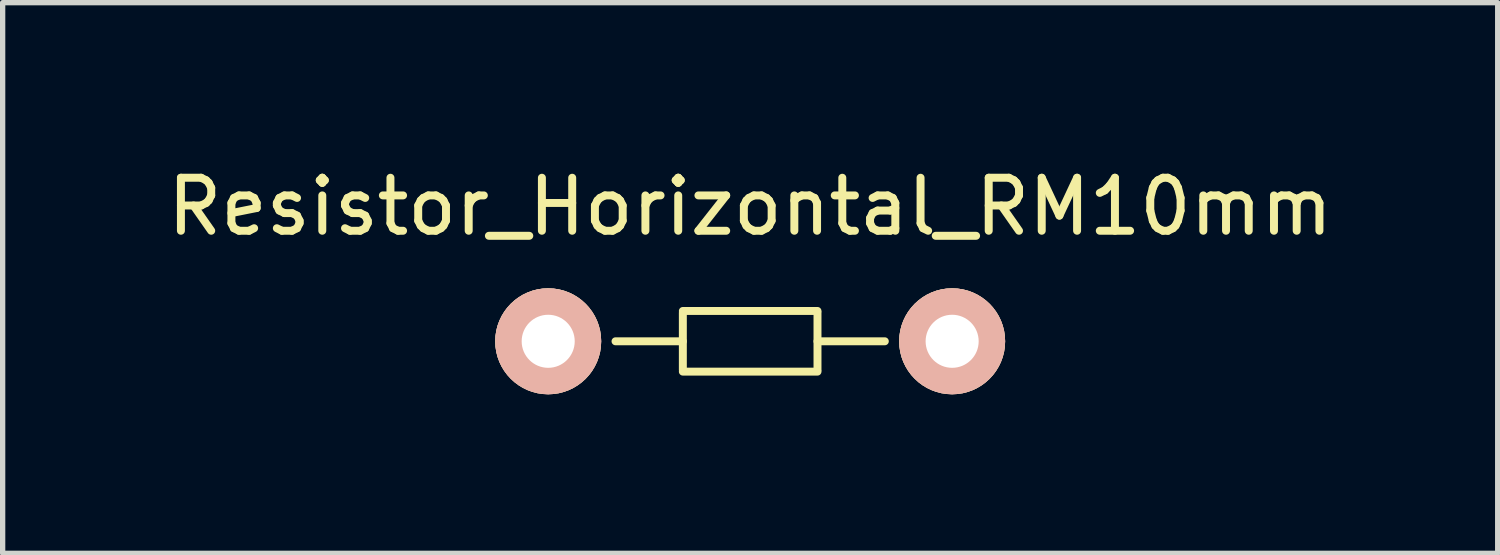
<source format=kicad_pcb>
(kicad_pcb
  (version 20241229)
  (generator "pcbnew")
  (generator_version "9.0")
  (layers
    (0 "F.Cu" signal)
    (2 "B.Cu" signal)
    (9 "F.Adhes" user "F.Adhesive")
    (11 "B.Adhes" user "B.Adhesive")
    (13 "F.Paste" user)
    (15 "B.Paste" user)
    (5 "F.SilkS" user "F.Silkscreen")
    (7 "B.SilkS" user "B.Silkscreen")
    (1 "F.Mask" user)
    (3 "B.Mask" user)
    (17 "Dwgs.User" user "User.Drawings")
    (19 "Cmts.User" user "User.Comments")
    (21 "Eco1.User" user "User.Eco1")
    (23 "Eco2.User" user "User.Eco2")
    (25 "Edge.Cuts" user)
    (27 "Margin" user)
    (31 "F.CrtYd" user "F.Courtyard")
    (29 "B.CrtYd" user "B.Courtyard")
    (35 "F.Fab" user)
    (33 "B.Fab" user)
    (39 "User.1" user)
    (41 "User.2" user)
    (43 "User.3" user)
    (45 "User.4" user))
  (footprint "Resistor_Horizontal_RM10mm"
    (layer "F.Cu")
    (at 11.101 3.388)
    (property "Reference" "Resistor_Horizontal_RM10mm" (at 0 -2.54 0) (layer "F.SilkS") (effects (font (size 1 1) (thickness 0.15))))
    (attr through_hole)
    (fp_line (start -1.27 -0.572) (end 1.27 -0.572) (stroke (width 0.15) (type solid)) (layer "F.SilkS"))
    (fp_line (start -1.27 0) (end -2.54 0) (stroke (width 0.15) (type solid)) (layer "F.SilkS"))
    (fp_line (start -1.27 0.54) (end -1.27 -0.54) (stroke (width 0.15) (type solid)) (layer "F.SilkS"))
    (fp_line (start 1.27 -0.54) (end 1.27 0.54) (stroke (width 0.15) (type solid)) (layer "F.SilkS"))
    (fp_line (start 1.27 0) (end 2.54 0) (stroke (width 0.15) (type solid)) (layer "F.SilkS"))
    (fp_line (start 1.27 0.572) (end -1.27 0.572) (stroke (width 0.15) (type solid)) (layer "F.SilkS"))
    (pad "1" thru_hole circle (at -3.81 0) (size 1.999 1.999) (drill 1.001) (layers "*.Cu" "*.SilkS" "*.Mask"))
    (pad "2" thru_hole circle (at 3.81 0) (size 1.999 1.999) (drill 1.001) (layers "*.Cu" "*.SilkS" "*.Mask")))
  (gr_rect
    (start -3 -3)
    (end 25.202 7.388)
    (stroke (width 0.1) (type default))
    (fill no)
    (layer "Edge.Cuts")))
</source>
